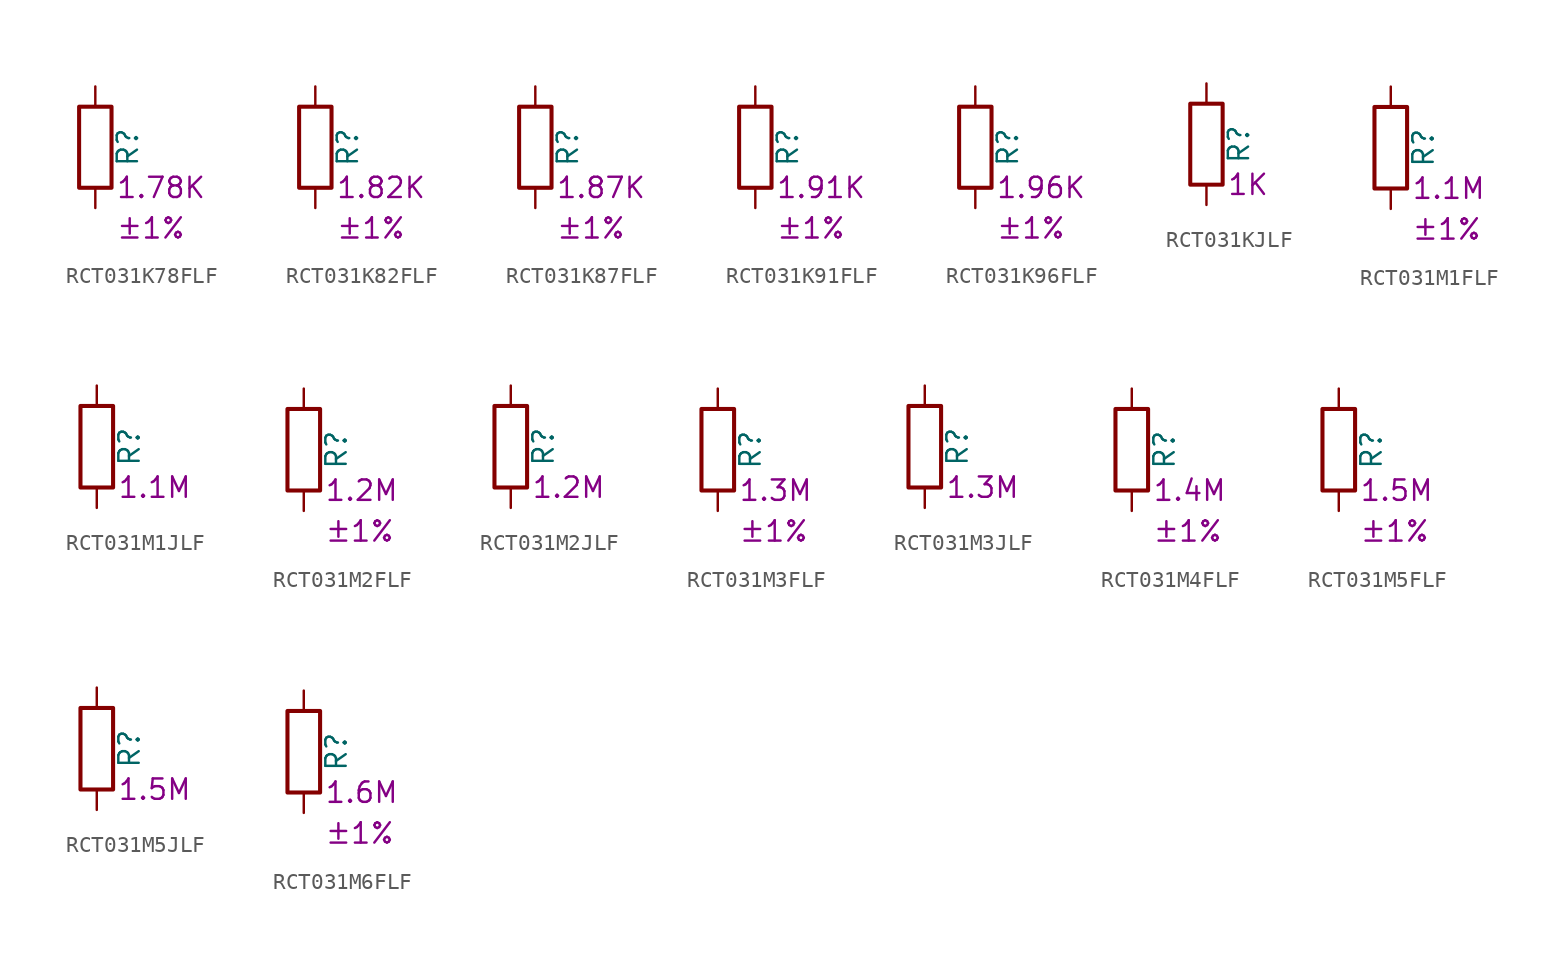
<source format=kicad_sym>
(kicad_symbol_lib
  (version 20220914)
  (generator kicad_symbol_editor)
  (symbol "RCT031K78FLF"
    (pin_numbers hide)
    (pin_names
      (offset 0))
    (property "Reference" "R"
      (at 2.032 0 90)
      (effects (font (size 1.27 1.27))))
    (property "Resistance" "1.78K"
      (at 1.27 -2.54 0)
      (effects (font (size 1.27 1.27)) (justify left)))
    (property "Tolerance" "±1%"
      (at 1.27 -5.08 0)
      (effects (font (size 1.27 1.27)) (justify left)))
    (symbol "RCT031K78FLF_0_1"
      (rectangle (start -1.016 -2.54) (end 1.016 2.54) (stroke (width 0.254) (type default)) (fill (type none))))
    (symbol "RCT031K78FLF_1_1"
      (pin passive line (at 0 3.81 270) (length 1.27) (name "~" (effects (font (size 1.27 1.27)))) (number "1" (effects (font (size 1.27 1.27)))))
      (pin passive line (at 0 -3.81 90) (length 1.27) (name "~" (effects (font (size 1.27 1.27)))) (number "2" (effects (font (size 1.27 1.27)))))))
  (symbol "RCT031K82FLF"
    (pin_numbers hide)
    (pin_names
      (offset 0))
    (property "Reference" "R"
      (at 2.032 0 90)
      (effects (font (size 1.27 1.27))))
    (property "Resistance" "1.82K"
      (at 1.27 -2.54 0)
      (effects (font (size 1.27 1.27)) (justify left)))
    (property "Tolerance" "±1%"
      (at 1.27 -5.08 0)
      (effects (font (size 1.27 1.27)) (justify left)))
    (symbol "RCT031K82FLF_0_1"
      (rectangle (start -1.016 -2.54) (end 1.016 2.54) (stroke (width 0.254) (type default)) (fill (type none))))
    (symbol "RCT031K82FLF_1_1"
      (pin passive line (at 0 3.81 270) (length 1.27) (name "~" (effects (font (size 1.27 1.27)))) (number "1" (effects (font (size 1.27 1.27)))))
      (pin passive line (at 0 -3.81 90) (length 1.27) (name "~" (effects (font (size 1.27 1.27)))) (number "2" (effects (font (size 1.27 1.27)))))))
  (symbol "RCT031K87FLF"
    (pin_numbers hide)
    (pin_names
      (offset 0))
    (property "Reference" "R"
      (at 2.032 0 90)
      (effects (font (size 1.27 1.27))))
    (property "Resistance" "1.87K"
      (at 1.27 -2.54 0)
      (effects (font (size 1.27 1.27)) (justify left)))
    (property "Tolerance" "±1%"
      (at 1.27 -5.08 0)
      (effects (font (size 1.27 1.27)) (justify left)))
    (symbol "RCT031K87FLF_0_1"
      (rectangle (start -1.016 -2.54) (end 1.016 2.54) (stroke (width 0.254) (type default)) (fill (type none))))
    (symbol "RCT031K87FLF_1_1"
      (pin passive line (at 0 3.81 270) (length 1.27) (name "~" (effects (font (size 1.27 1.27)))) (number "1" (effects (font (size 1.27 1.27)))))
      (pin passive line (at 0 -3.81 90) (length 1.27) (name "~" (effects (font (size 1.27 1.27)))) (number "2" (effects (font (size 1.27 1.27)))))))
  (symbol "RCT031K91FLF"
    (pin_numbers hide)
    (pin_names
      (offset 0))
    (property "Reference" "R"
      (at 2.032 0 90)
      (effects (font (size 1.27 1.27))))
    (property "Resistance" "1.91K"
      (at 1.27 -2.54 0)
      (effects (font (size 1.27 1.27)) (justify left)))
    (property "Tolerance" "±1%"
      (at 1.27 -5.08 0)
      (effects (font (size 1.27 1.27)) (justify left)))
    (symbol "RCT031K91FLF_0_1"
      (rectangle (start -1.016 -2.54) (end 1.016 2.54) (stroke (width 0.254) (type default)) (fill (type none))))
    (symbol "RCT031K91FLF_1_1"
      (pin passive line (at 0 3.81 270) (length 1.27) (name "~" (effects (font (size 1.27 1.27)))) (number "1" (effects (font (size 1.27 1.27)))))
      (pin passive line (at 0 -3.81 90) (length 1.27) (name "~" (effects (font (size 1.27 1.27)))) (number "2" (effects (font (size 1.27 1.27)))))))
  (symbol "RCT031K96FLF"
    (pin_numbers hide)
    (pin_names
      (offset 0))
    (property "Reference" "R"
      (at 2.032 0 90)
      (effects (font (size 1.27 1.27))))
    (property "Resistance" "1.96K"
      (at 1.27 -2.54 0)
      (effects (font (size 1.27 1.27)) (justify left)))
    (property "Tolerance" "±1%"
      (at 1.27 -5.08 0)
      (effects (font (size 1.27 1.27)) (justify left)))
    (symbol "RCT031K96FLF_0_1"
      (rectangle (start -1.016 -2.54) (end 1.016 2.54) (stroke (width 0.254) (type default)) (fill (type none))))
    (symbol "RCT031K96FLF_1_1"
      (pin passive line (at 0 3.81 270) (length 1.27) (name "~" (effects (font (size 1.27 1.27)))) (number "1" (effects (font (size 1.27 1.27)))))
      (pin passive line (at 0 -3.81 90) (length 1.27) (name "~" (effects (font (size 1.27 1.27)))) (number "2" (effects (font (size 1.27 1.27)))))))
  (symbol "RCT031KJLF"
    (pin_numbers hide)
    (pin_names
      (offset 0))
    (property "Reference" "R"
      (at 2.032 0 90)
      (effects (font (size 1.27 1.27))))
    (property "Resistance" "1K"
      (at 1.27 -2.54 0)
      (effects (font (size 1.27 1.27)) (justify left)))
    (symbol "RCT031KJLF_0_1"
      (rectangle (start -1.016 -2.54) (end 1.016 2.54) (stroke (width 0.254) (type default)) (fill (type none))))
    (symbol "RCT031KJLF_1_1"
      (pin passive line (at 0 3.81 270) (length 1.27) (name "~" (effects (font (size 1.27 1.27)))) (number "1" (effects (font (size 1.27 1.27)))))
      (pin passive line (at 0 -3.81 90) (length 1.27) (name "~" (effects (font (size 1.27 1.27)))) (number "2" (effects (font (size 1.27 1.27)))))))
  (symbol "RCT031M1FLF"
    (pin_numbers hide)
    (pin_names
      (offset 0))
    (property "Reference" "R"
      (at 2.032 0 90)
      (effects (font (size 1.27 1.27))))
    (property "Resistance" "1.1M"
      (at 1.27 -2.54 0)
      (effects (font (size 1.27 1.27)) (justify left)))
    (property "Tolerance" "±1%"
      (at 1.27 -5.08 0)
      (effects (font (size 1.27 1.27)) (justify left)))
    (symbol "RCT031M1FLF_0_1"
      (rectangle (start -1.016 -2.54) (end 1.016 2.54) (stroke (width 0.254) (type default)) (fill (type none))))
    (symbol "RCT031M1FLF_1_1"
      (pin passive line (at 0 3.81 270) (length 1.27) (name "~" (effects (font (size 1.27 1.27)))) (number "1" (effects (font (size 1.27 1.27)))))
      (pin passive line (at 0 -3.81 90) (length 1.27) (name "~" (effects (font (size 1.27 1.27)))) (number "2" (effects (font (size 1.27 1.27)))))))
  (symbol "RCT031M1JLF"
    (pin_numbers hide)
    (pin_names
      (offset 0))
    (property "Reference" "R"
      (at 2.032 0 90)
      (effects (font (size 1.27 1.27))))
    (property "Resistance" "1.1M"
      (at 1.27 -2.54 0)
      (effects (font (size 1.27 1.27)) (justify left)))
    (symbol "RCT031M1JLF_0_1"
      (rectangle (start -1.016 -2.54) (end 1.016 2.54) (stroke (width 0.254) (type default)) (fill (type none))))
    (symbol "RCT031M1JLF_1_1"
      (pin passive line (at 0 3.81 270) (length 1.27) (name "~" (effects (font (size 1.27 1.27)))) (number "1" (effects (font (size 1.27 1.27)))))
      (pin passive line (at 0 -3.81 90) (length 1.27) (name "~" (effects (font (size 1.27 1.27)))) (number "2" (effects (font (size 1.27 1.27)))))))
  (symbol "RCT031M2FLF"
    (pin_numbers hide)
    (pin_names
      (offset 0))
    (property "Reference" "R"
      (at 2.032 0 90)
      (effects (font (size 1.27 1.27))))
    (property "Resistance" "1.2M"
      (at 1.27 -2.54 0)
      (effects (font (size 1.27 1.27)) (justify left)))
    (property "Tolerance" "±1%"
      (at 1.27 -5.08 0)
      (effects (font (size 1.27 1.27)) (justify left)))
    (symbol "RCT031M2FLF_0_1"
      (rectangle (start -1.016 -2.54) (end 1.016 2.54) (stroke (width 0.254) (type default)) (fill (type none))))
    (symbol "RCT031M2FLF_1_1"
      (pin passive line (at 0 3.81 270) (length 1.27) (name "~" (effects (font (size 1.27 1.27)))) (number "1" (effects (font (size 1.27 1.27)))))
      (pin passive line (at 0 -3.81 90) (length 1.27) (name "~" (effects (font (size 1.27 1.27)))) (number "2" (effects (font (size 1.27 1.27)))))))
  (symbol "RCT031M2JLF"
    (pin_numbers hide)
    (pin_names
      (offset 0))
    (property "Reference" "R"
      (at 2.032 0 90)
      (effects (font (size 1.27 1.27))))
    (property "Resistance" "1.2M"
      (at 1.27 -2.54 0)
      (effects (font (size 1.27 1.27)) (justify left)))
    (symbol "RCT031M2JLF_0_1"
      (rectangle (start -1.016 -2.54) (end 1.016 2.54) (stroke (width 0.254) (type default)) (fill (type none))))
    (symbol "RCT031M2JLF_1_1"
      (pin passive line (at 0 3.81 270) (length 1.27) (name "~" (effects (font (size 1.27 1.27)))) (number "1" (effects (font (size 1.27 1.27)))))
      (pin passive line (at 0 -3.81 90) (length 1.27) (name "~" (effects (font (size 1.27 1.27)))) (number "2" (effects (font (size 1.27 1.27)))))))
  (symbol "RCT031M3FLF"
    (pin_numbers hide)
    (pin_names
      (offset 0))
    (property "Reference" "R"
      (at 2.032 0 90)
      (effects (font (size 1.27 1.27))))
    (property "Resistance" "1.3M"
      (at 1.27 -2.54 0)
      (effects (font (size 1.27 1.27)) (justify left)))
    (property "Tolerance" "±1%"
      (at 1.27 -5.08 0)
      (effects (font (size 1.27 1.27)) (justify left)))
    (symbol "RCT031M3FLF_0_1"
      (rectangle (start -1.016 -2.54) (end 1.016 2.54) (stroke (width 0.254) (type default)) (fill (type none))))
    (symbol "RCT031M3FLF_1_1"
      (pin passive line (at 0 3.81 270) (length 1.27) (name "~" (effects (font (size 1.27 1.27)))) (number "1" (effects (font (size 1.27 1.27)))))
      (pin passive line (at 0 -3.81 90) (length 1.27) (name "~" (effects (font (size 1.27 1.27)))) (number "2" (effects (font (size 1.27 1.27)))))))
  (symbol "RCT031M3JLF"
    (pin_numbers hide)
    (pin_names
      (offset 0))
    (property "Reference" "R"
      (at 2.032 0 90)
      (effects (font (size 1.27 1.27))))
    (property "Resistance" "1.3M"
      (at 1.27 -2.54 0)
      (effects (font (size 1.27 1.27)) (justify left)))
    (symbol "RCT031M3JLF_0_1"
      (rectangle (start -1.016 -2.54) (end 1.016 2.54) (stroke (width 0.254) (type default)) (fill (type none))))
    (symbol "RCT031M3JLF_1_1"
      (pin passive line (at 0 3.81 270) (length 1.27) (name "~" (effects (font (size 1.27 1.27)))) (number "1" (effects (font (size 1.27 1.27)))))
      (pin passive line (at 0 -3.81 90) (length 1.27) (name "~" (effects (font (size 1.27 1.27)))) (number "2" (effects (font (size 1.27 1.27)))))))
  (symbol "RCT031M4FLF"
    (pin_numbers hide)
    (pin_names
      (offset 0))
    (property "Reference" "R"
      (at 2.032 0 90)
      (effects (font (size 1.27 1.27))))
    (property "Resistance" "1.4M"
      (at 1.27 -2.54 0)
      (effects (font (size 1.27 1.27)) (justify left)))
    (property "Tolerance" "±1%"
      (at 1.27 -5.08 0)
      (effects (font (size 1.27 1.27)) (justify left)))
    (symbol "RCT031M4FLF_0_1"
      (rectangle (start -1.016 -2.54) (end 1.016 2.54) (stroke (width 0.254) (type default)) (fill (type none))))
    (symbol "RCT031M4FLF_1_1"
      (pin passive line (at 0 3.81 270) (length 1.27) (name "~" (effects (font (size 1.27 1.27)))) (number "1" (effects (font (size 1.27 1.27)))))
      (pin passive line (at 0 -3.81 90) (length 1.27) (name "~" (effects (font (size 1.27 1.27)))) (number "2" (effects (font (size 1.27 1.27)))))))
  (symbol "RCT031M5FLF"
    (pin_numbers hide)
    (pin_names
      (offset 0))
    (property "Reference" "R"
      (at 2.032 0 90)
      (effects (font (size 1.27 1.27))))
    (property "Resistance" "1.5M"
      (at 1.27 -2.54 0)
      (effects (font (size 1.27 1.27)) (justify left)))
    (property "Tolerance" "±1%"
      (at 1.27 -5.08 0)
      (effects (font (size 1.27 1.27)) (justify left)))
    (symbol "RCT031M5FLF_0_1"
      (rectangle (start -1.016 -2.54) (end 1.016 2.54) (stroke (width 0.254) (type default)) (fill (type none))))
    (symbol "RCT031M5FLF_1_1"
      (pin passive line (at 0 3.81 270) (length 1.27) (name "~" (effects (font (size 1.27 1.27)))) (number "1" (effects (font (size 1.27 1.27)))))
      (pin passive line (at 0 -3.81 90) (length 1.27) (name "~" (effects (font (size 1.27 1.27)))) (number "2" (effects (font (size 1.27 1.27)))))))
  (symbol "RCT031M5JLF"
    (pin_numbers hide)
    (pin_names
      (offset 0))
    (property "Reference" "R"
      (at 2.032 0 90)
      (effects (font (size 1.27 1.27))))
    (property "Resistance" "1.5M"
      (at 1.27 -2.54 0)
      (effects (font (size 1.27 1.27)) (justify left)))
    (symbol "RCT031M5JLF_0_1"
      (rectangle (start -1.016 -2.54) (end 1.016 2.54) (stroke (width 0.254) (type default)) (fill (type none))))
    (symbol "RCT031M5JLF_1_1"
      (pin passive line (at 0 3.81 270) (length 1.27) (name "~" (effects (font (size 1.27 1.27)))) (number "1" (effects (font (size 1.27 1.27)))))
      (pin passive line (at 0 -3.81 90) (length 1.27) (name "~" (effects (font (size 1.27 1.27)))) (number "2" (effects (font (size 1.27 1.27)))))))
  (symbol "RCT031M6FLF"
    (pin_numbers hide)
    (pin_names
      (offset 0))
    (property "Reference" "R"
      (at 2.032 0 90)
      (effects (font (size 1.27 1.27))))
    (property "Resistance" "1.6M"
      (at 1.27 -2.54 0)
      (effects (font (size 1.27 1.27)) (justify left)))
    (property "Tolerance" "±1%"
      (at 1.27 -5.08 0)
      (effects (font (size 1.27 1.27)) (justify left)))
    (symbol "RCT031M6FLF_0_1"
      (rectangle (start -1.016 -2.54) (end 1.016 2.54) (stroke (width 0.254) (type default)) (fill (type none))))
    (symbol "RCT031M6FLF_1_1"
      (pin passive line (at 0 3.81 270) (length 1.27) (name "~" (effects (font (size 1.27 1.27)))) (number "1" (effects (font (size 1.27 1.27)))))
      (pin passive line (at 0 -3.81 90) (length 1.27) (name "~" (effects (font (size 1.27 1.27)))) (number "2" (effects (font (size 1.27 1.27))))))))
</source>
